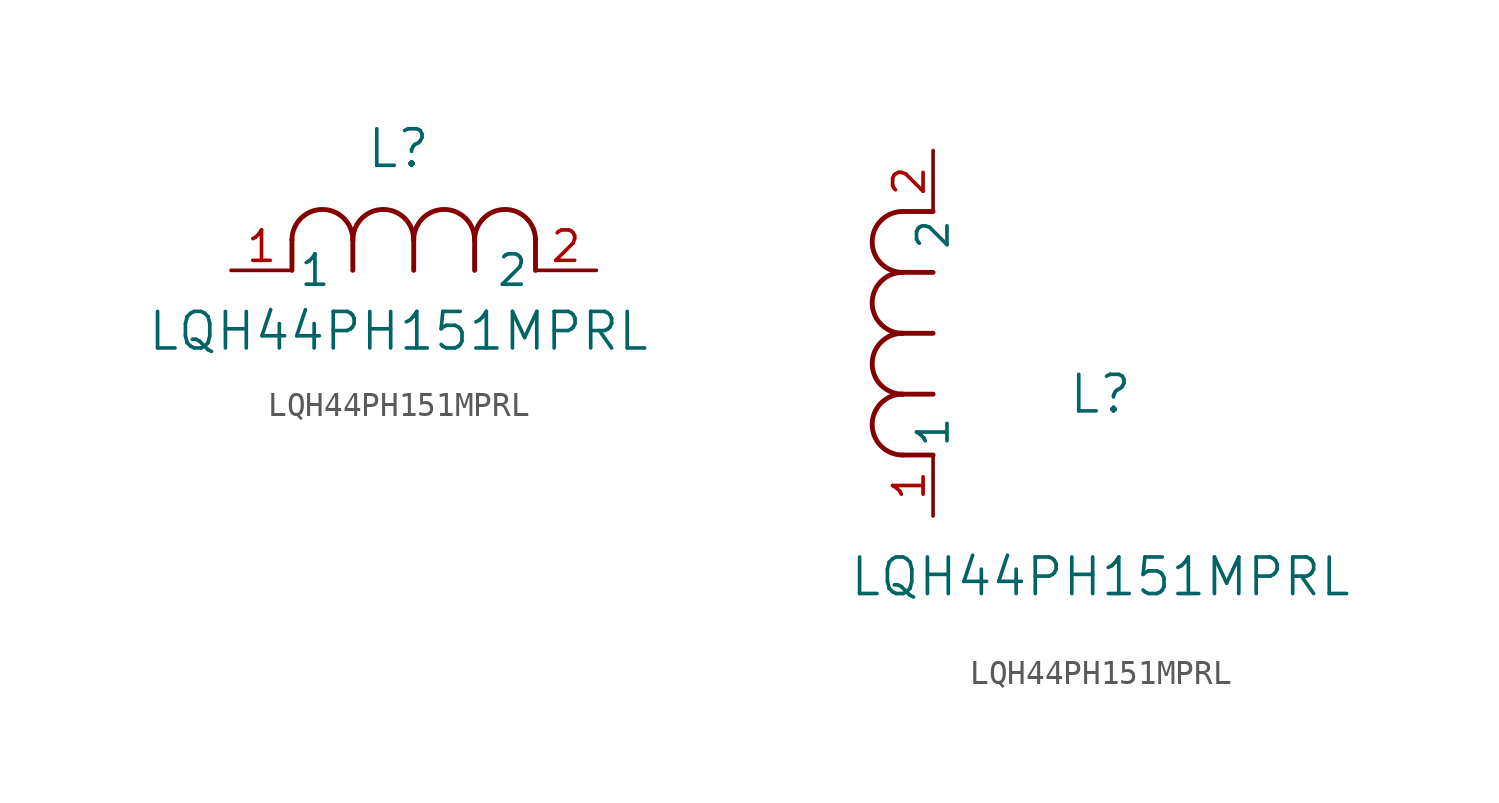
<source format=kicad_sym>
(kicad_symbol_lib
  (version 20211014)
  (generator kicad_symbol_editor)
  (symbol "LQH44PH151MPRL"
    (pin_names
      (offset 0.254))
    (property "Reference" "L"
      (at 6.985 5.08 0)
      (effects (font (size 1.524 1.524))))
    (property "Value" "LQH44PH151MPRL"
      (at 6.985 -2.54 0)
      (effects (font (size 1.524 1.524))))
    (symbol "LQH44PH151MPRL_1_1"
      (arc (start 7.62 1.27) (mid 6.35 2.54) (end 5.08 1.27) (stroke (width 0.2032) (type default) (color 0 0 0 0)) (fill (type none)))
      (polyline (pts (xy 5.08 0) (xy 5.08 1.27)) (stroke (width 0.203) (type default) (color 0 0 0 0)) (fill (type none)))
      (polyline (pts (xy 7.62 0) (xy 7.62 1.27)) (stroke (width 0.203) (type default) (color 0 0 0 0)) (fill (type none)))
      (polyline (pts (xy 12.7 0) (xy 12.7 1.27)) (stroke (width 0.203) (type default) (color 0 0 0 0)) (fill (type none)))
      (arc (start 5.08 1.27) (mid 3.81 2.54) (end 2.54 1.27) (stroke (width 0.2032) (type default) (color 0 0 0 0)) (fill (type none)))
      (arc (start 10.16 1.27) (mid 8.89 2.54) (end 7.62 1.27) (stroke (width 0.2032) (type default) (color 0 0 0 0)) (fill (type none)))
      (arc (start 12.7 1.27) (mid 11.43 2.54) (end 10.16 1.27) (stroke (width 0.2032) (type default) (color 0 0 0 0)) (fill (type none)))
      (polyline (pts (xy 2.54 0) (xy 2.54 1.27)) (stroke (width 0.203) (type default) (color 0 0 0 0)) (fill (type none)))
      (polyline (pts (xy 10.16 0) (xy 10.16 1.27)) (stroke (width 0.203) (type default) (color 0 0 0 0)) (fill (type none)))
      (pin unspecified line (at 15.24 0 180) (length 2.54) (name "2" (effects (font (size 1.27 1.27)))) (number "2" (effects (font (size 1.27 1.27)))))
      (pin unspecified line (at 0 0 0) (length 2.54) (name "1" (effects (font (size 1.27 1.27)))) (number "1" (effects (font (size 1.27 1.27))))))
    (symbol "LQH44PH151MPRL_1_2"
      (arc (start -1.27 7.62) (mid -2.54 6.35) (end -1.27 5.08) (stroke (width 0.2032) (type default) (color 0 0 0 0)) (fill (type none)))
      (arc (start -1.27 5.08) (mid -2.54 3.81) (end -1.27 2.54) (stroke (width 0.2032) (type default) (color 0 0 0 0)) (fill (type none)))
      (arc (start -1.27 12.7) (mid -2.54 11.43) (end -1.27 10.16) (stroke (width 0.2032) (type default) (color 0 0 0 0)) (fill (type none)))
      (arc (start -1.27 10.16) (mid -2.54 8.89) (end -1.27 7.62) (stroke (width 0.2032) (type default) (color 0 0 0 0)) (fill (type none)))
      (polyline (pts (xy 0 7.62) (xy -1.27 7.62)) (stroke (width 0.203) (type default) (color 0 0 0 0)) (fill (type none)))
      (polyline (pts (xy 0 5.08) (xy -1.27 5.08)) (stroke (width 0.203) (type default) (color 0 0 0 0)) (fill (type none)))
      (polyline (pts (xy 0 12.7) (xy -1.27 12.7)) (stroke (width 0.203) (type default) (color 0 0 0 0)) (fill (type none)))
      (polyline (pts (xy 0 2.54) (xy -1.27 2.54)) (stroke (width 0.203) (type default) (color 0 0 0 0)) (fill (type none)))
      (polyline (pts (xy 0 10.16) (xy -1.27 10.16)) (stroke (width 0.203) (type default) (color 0 0 0 0)) (fill (type none)))
      (pin unspecified line (at 0 15.24 270) (length 2.54) (name "2" (effects (font (size 1.27 1.27)))) (number "2" (effects (font (size 1.27 1.27)))))
      (pin unspecified line (at 0 0 90) (length 2.54) (name "1" (effects (font (size 1.27 1.27)))) (number "1" (effects (font (size 1.27 1.27))))))))
</source>
